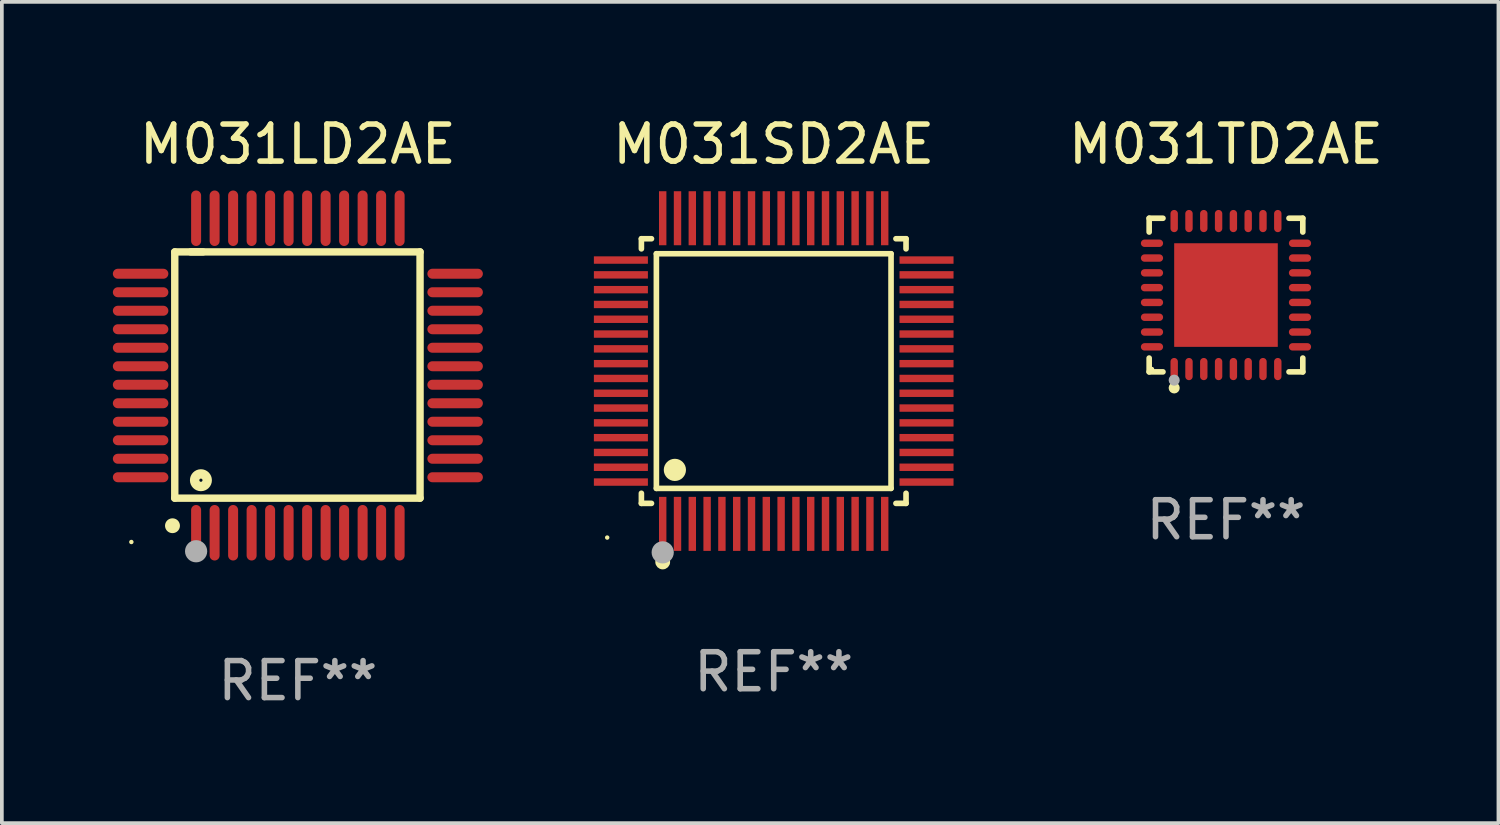
<source format=kicad_pcb>
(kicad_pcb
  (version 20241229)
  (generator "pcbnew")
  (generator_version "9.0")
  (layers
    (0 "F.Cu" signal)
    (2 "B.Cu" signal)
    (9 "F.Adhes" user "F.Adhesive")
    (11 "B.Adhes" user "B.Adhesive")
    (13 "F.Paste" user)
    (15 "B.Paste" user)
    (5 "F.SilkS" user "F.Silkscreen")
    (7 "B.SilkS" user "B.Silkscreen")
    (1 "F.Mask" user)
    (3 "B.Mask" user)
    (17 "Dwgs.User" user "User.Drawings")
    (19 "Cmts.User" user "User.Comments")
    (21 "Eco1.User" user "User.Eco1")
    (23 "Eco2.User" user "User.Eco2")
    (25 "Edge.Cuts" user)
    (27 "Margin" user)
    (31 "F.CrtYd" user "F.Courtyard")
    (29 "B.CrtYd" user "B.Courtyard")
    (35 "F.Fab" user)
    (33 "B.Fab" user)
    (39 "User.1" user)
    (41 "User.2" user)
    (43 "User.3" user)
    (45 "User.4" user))
  (footprint "M031TD2AE"
    (layer "F.Cu")
    (at 30.083 4.924)
    (property "Reference" "M031TD2AE" (at 0 -4.076 0) (layer "F.SilkS") (effects (font (size 1 1) (thickness 0.15))))
    (attr through_hole)
    (fp_line (start -2.076 -2.076) (end -1.703 -2.076) (stroke (width 0.152) (type solid)) (layer "F.SilkS"))
    (fp_line (start -2.076 -1.703) (end -2.076 -2.076) (stroke (width 0.152) (type solid)) (layer "F.SilkS"))
    (fp_line (start -2.076 1.703) (end -2.076 2.076) (stroke (width 0.152) (type solid)) (layer "F.SilkS"))
    (fp_line (start -2.076 2.076) (end -1.703 2.076) (stroke (width 0.152) (type solid)) (layer "F.SilkS"))
    (fp_line (start 2.076 -2.076) (end 1.703 -2.076) (stroke (width 0.152) (type solid)) (layer "F.SilkS"))
    (fp_line (start 2.076 -1.703) (end 2.076 -2.076) (stroke (width 0.152) (type solid)) (layer "F.SilkS"))
    (fp_line (start 2.076 1.703) (end 2.076 2.076) (stroke (width 0.152) (type solid)) (layer "F.SilkS"))
    (fp_line (start 2.076 2.076) (end 1.703 2.076) (stroke (width 0.152) (type solid)) (layer "F.SilkS"))
    (fp_circle (center -2 2) (end -1.97 2) (stroke (width 0.06) (type solid)) (fill no) (layer "F.SilkS"))
    (fp_circle (center -1.4 2.51) (end -1.325 2.51) (stroke (width 0.15) (type solid)) (fill no) (layer "F.SilkS"))
    (fp_circle (center -1.4 2.3) (end -1.325 2.3) (stroke (width 0.15) (type solid)) (fill no) (layer "F.Fab"))
    (fp_text user "REF**" (at 0 6.076 0) (layer "F.Fab") (effects (font (size 1 1) (thickness 0.15))))
    (pad "1" smd oval (at -1.4 2) (size 0.2 0.6) (layers "F.Cu" "F.Mask" "F.Paste"))
    (pad "2" smd oval (at -1 2) (size 0.2 0.6) (layers "F.Cu" "F.Mask" "F.Paste"))
    (pad "3" smd oval (at -0.6 2) (size 0.2 0.6) (layers "F.Cu" "F.Mask" "F.Paste"))
    (pad "4" smd oval (at -0.2 2) (size 0.2 0.6) (layers "F.Cu" "F.Mask" "F.Paste"))
    (pad "5" smd oval (at 0.2 2) (size 0.2 0.6) (layers "F.Cu" "F.Mask" "F.Paste"))
    (pad "6" smd oval (at 0.6 2) (size 0.2 0.6) (layers "F.Cu" "F.Mask" "F.Paste"))
    (pad "7" smd oval (at 1 2) (size 0.2 0.6) (layers "F.Cu" "F.Mask" "F.Paste"))
    (pad "8" smd oval (at 1.4 2) (size 0.2 0.6) (layers "F.Cu" "F.Mask" "F.Paste"))
    (pad "9" smd oval (at 2 1.4) (size 0.6 0.2) (layers "F.Cu" "F.Mask" "F.Paste"))
    (pad "10" smd oval (at 2 1) (size 0.6 0.2) (layers "F.Cu" "F.Mask" "F.Paste"))
    (pad "11" smd oval (at 2 0.6) (size 0.6 0.2) (layers "F.Cu" "F.Mask" "F.Paste"))
    (pad "12" smd oval (at 2 0.2) (size 0.6 0.2) (layers "F.Cu" "F.Mask" "F.Paste"))
    (pad "13" smd oval (at 2 -0.2) (size 0.6 0.2) (layers "F.Cu" "F.Mask" "F.Paste"))
    (pad "14" smd oval (at 2 -0.6) (size 0.6 0.2) (layers "F.Cu" "F.Mask" "F.Paste"))
    (pad "15" smd oval (at 2 -1) (size 0.6 0.2) (layers "F.Cu" "F.Mask" "F.Paste"))
    (pad "16" smd oval (at 2 -1.4) (size 0.6 0.2) (layers "F.Cu" "F.Mask" "F.Paste"))
    (pad "17" smd oval (at 1.4 -2) (size 0.2 0.6) (layers "F.Cu" "F.Mask" "F.Paste"))
    (pad "18" smd oval (at 1 -2) (size 0.2 0.6) (layers "F.Cu" "F.Mask" "F.Paste"))
    (pad "19" smd oval (at 0.6 -2) (size 0.2 0.6) (layers "F.Cu" "F.Mask" "F.Paste"))
    (pad "20" smd oval (at 0.2 -2) (size 0.2 0.6) (layers "F.Cu" "F.Mask" "F.Paste"))
    (pad "21" smd oval (at -0.2 -2) (size 0.2 0.6) (layers "F.Cu" "F.Mask" "F.Paste"))
    (pad "22" smd oval (at -0.6 -2) (size 0.2 0.6) (layers "F.Cu" "F.Mask" "F.Paste"))
    (pad "23" smd oval (at -1 -2) (size 0.2 0.6) (layers "F.Cu" "F.Mask" "F.Paste"))
    (pad "24" smd oval (at -1.4 -2) (size 0.2 0.6) (layers "F.Cu" "F.Mask" "F.Paste"))
    (pad "25" smd oval (at -2 -1.4) (size 0.6 0.2) (layers "F.Cu" "F.Mask" "F.Paste"))
    (pad "26" smd oval (at -2 -1) (size 0.6 0.2) (layers "F.Cu" "F.Mask" "F.Paste"))
    (pad "27" smd oval (at -2 -0.6) (size 0.6 0.2) (layers "F.Cu" "F.Mask" "F.Paste"))
    (pad "28" smd oval (at -2 -0.2) (size 0.6 0.2) (layers "F.Cu" "F.Mask" "F.Paste"))
    (pad "29" smd oval (at -2 0.2) (size 0.6 0.2) (layers "F.Cu" "F.Mask" "F.Paste"))
    (pad "30" smd oval (at -2 0.6) (size 0.6 0.2) (layers "F.Cu" "F.Mask" "F.Paste"))
    (pad "31" smd oval (at -2 1) (size 0.6 0.2) (layers "F.Cu" "F.Mask" "F.Paste"))
    (pad "32" smd oval (at -2 1.4) (size 0.6 0.2) (layers "F.Cu" "F.Mask" "F.Paste"))
    (pad "33" smd rect (at 0 0) (size 2.8 2.8) (layers "F.Cu" "F.Mask" "F.Paste")))
  (footprint "M031LD2AE"
    (layer "F.Cu")
    (at 5 7.098)
    (property "Reference" "M031LD2AE" (at 0 -6.25 0) (layer "F.SilkS") (effects (font (size 1 1) (thickness 0.15))))
    (attr through_hole)
    (fp_line (start -3.327 -3.34) (end -2.565 -3.34) (stroke (width 0.2) (type solid)) (layer "F.SilkS"))
    (fp_line (start -3.327 3.315) (end -3.327 -3.34) (stroke (width 0.2) (type solid)) (layer "F.SilkS"))
    (fp_line (start -2.896 -3.34) (end 3.302 -3.34) (stroke (width 0.2) (type solid)) (layer "F.SilkS"))
    (fp_line (start 3.302 -3.34) (end 3.302 3.315) (stroke (width 0.2) (type solid)) (layer "F.SilkS"))
    (fp_line (start 3.302 3.315) (end -3.327 3.315) (stroke (width 0.2) (type solid)) (layer "F.SilkS"))
    (fp_arc (start -3.389992 4.059995) (mid -3.388722 4.059991) (end -3.387452 4.059995) (stroke (width 0.4) (type solid)) (layer "F.SilkS"))
    (fp_circle (center -4.5 4.5) (end -4.47 4.5) (stroke (width 0.06) (type solid)) (fill no) (layer "F.SilkS"))
    (fp_circle (center -2.62 2.83) (end -2.45 2.83) (stroke (width 0.254) (type solid)) (fill no) (layer "F.SilkS"))
    (fp_circle (center -2.75 4.75) (end -2.6 4.75) (stroke (width 0.3) (type solid)) (fill no) (layer "F.Fab"))
    (fp_text user "REF**" (at 0 8.25 0) (layer "F.Fab") (effects (font (size 1 1) (thickness 0.15))))
    (pad "1" smd oval (at -2.75 4.25) (size 0.27 1.5) (layers "F.Cu" "F.Mask" "F.Paste"))
    (pad "2" smd oval (at -2.25 4.25) (size 0.27 1.5) (layers "F.Cu" "F.Mask" "F.Paste"))
    (pad "3" smd oval (at -1.75 4.25) (size 0.27 1.5) (layers "F.Cu" "F.Mask" "F.Paste"))
    (pad "4" smd oval (at -1.25 4.25) (size 0.27 1.5) (layers "F.Cu" "F.Mask" "F.Paste"))
    (pad "5" smd oval (at -0.75 4.25) (size 0.27 1.5) (layers "F.Cu" "F.Mask" "F.Paste"))
    (pad "6" smd oval (at -0.25 4.25) (size 0.27 1.5) (layers "F.Cu" "F.Mask" "F.Paste"))
    (pad "7" smd oval (at 0.25 4.25) (size 0.27 1.5) (layers "F.Cu" "F.Mask" "F.Paste"))
    (pad "8" smd oval (at 0.75 4.25) (size 0.27 1.5) (layers "F.Cu" "F.Mask" "F.Paste"))
    (pad "9" smd oval (at 1.25 4.25) (size 0.27 1.5) (layers "F.Cu" "F.Mask" "F.Paste"))
    (pad "10" smd oval (at 1.75 4.25) (size 0.27 1.5) (layers "F.Cu" "F.Mask" "F.Paste"))
    (pad "11" smd oval (at 2.25 4.25) (size 0.27 1.5) (layers "F.Cu" "F.Mask" "F.Paste"))
    (pad "12" smd oval (at 2.75 4.25) (size 0.27 1.5) (layers "F.Cu" "F.Mask" "F.Paste"))
    (pad "13" smd oval (at 4.25 2.75) (size 1.5 0.27) (layers "F.Cu" "F.Mask" "F.Paste"))
    (pad "14" smd oval (at 4.25 2.25) (size 1.5 0.27) (layers "F.Cu" "F.Mask" "F.Paste"))
    (pad "15" smd oval (at 4.25 1.75) (size 1.5 0.27) (layers "F.Cu" "F.Mask" "F.Paste"))
    (pad "16" smd oval (at 4.25 1.25) (size 1.5 0.27) (layers "F.Cu" "F.Mask" "F.Paste"))
    (pad "17" smd oval (at 4.25 0.75) (size 1.5 0.27) (layers "F.Cu" "F.Mask" "F.Paste"))
    (pad "18" smd oval (at 4.25 0.25) (size 1.5 0.27) (layers "F.Cu" "F.Mask" "F.Paste"))
    (pad "19" smd oval (at 4.25 -0.25) (size 1.5 0.27) (layers "F.Cu" "F.Mask" "F.Paste"))
    (pad "20" smd oval (at 4.25 -0.75) (size 1.5 0.27) (layers "F.Cu" "F.Mask" "F.Paste"))
    (pad "21" smd oval (at 4.25 -1.25) (size 1.5 0.27) (layers "F.Cu" "F.Mask" "F.Paste"))
    (pad "22" smd oval (at 4.25 -1.75) (size 1.5 0.27) (layers "F.Cu" "F.Mask" "F.Paste"))
    (pad "23" smd oval (at 4.25 -2.25) (size 1.5 0.27) (layers "F.Cu" "F.Mask" "F.Paste"))
    (pad "24" smd oval (at 4.25 -2.75) (size 1.5 0.27) (layers "F.Cu" "F.Mask" "F.Paste"))
    (pad "25" smd oval (at 2.75 -4.25) (size 0.27 1.5) (layers "F.Cu" "F.Mask" "F.Paste"))
    (pad "26" smd oval (at 2.25 -4.25) (size 0.27 1.5) (layers "F.Cu" "F.Mask" "F.Paste"))
    (pad "27" smd oval (at 1.75 -4.25) (size 0.27 1.5) (layers "F.Cu" "F.Mask" "F.Paste"))
    (pad "28" smd oval (at 1.25 -4.25) (size 0.27 1.5) (layers "F.Cu" "F.Mask" "F.Paste"))
    (pad "29" smd oval (at 0.75 -4.25) (size 0.27 1.5) (layers "F.Cu" "F.Mask" "F.Paste"))
    (pad "30" smd oval (at 0.25 -4.25) (size 0.27 1.5) (layers "F.Cu" "F.Mask" "F.Paste"))
    (pad "31" smd oval (at -0.25 -4.25) (size 0.27 1.5) (layers "F.Cu" "F.Mask" "F.Paste"))
    (pad "32" smd oval (at -0.75 -4.25) (size 0.27 1.5) (layers "F.Cu" "F.Mask" "F.Paste"))
    (pad "33" smd oval (at -1.25 -4.25) (size 0.27 1.5) (layers "F.Cu" "F.Mask" "F.Paste"))
    (pad "34" smd oval (at -1.75 -4.25) (size 0.27 1.5) (layers "F.Cu" "F.Mask" "F.Paste"))
    (pad "35" smd oval (at -2.25 -4.25) (size 0.27 1.5) (layers "F.Cu" "F.Mask" "F.Paste"))
    (pad "36" smd oval (at -2.75 -4.25) (size 0.27 1.5) (layers "F.Cu" "F.Mask" "F.Paste"))
    (pad "37" smd oval (at -4.25 -2.75) (size 1.5 0.27) (layers "F.Cu" "F.Mask" "F.Paste"))
    (pad "38" smd oval (at -4.25 -2.25) (size 1.5 0.27) (layers "F.Cu" "F.Mask" "F.Paste"))
    (pad "39" smd oval (at -4.25 -1.75) (size 1.5 0.27) (layers "F.Cu" "F.Mask" "F.Paste"))
    (pad "40" smd oval (at -4.25 -1.25) (size 1.5 0.27) (layers "F.Cu" "F.Mask" "F.Paste"))
    (pad "41" smd oval (at -4.25 -0.75) (size 1.5 0.27) (layers "F.Cu" "F.Mask" "F.Paste"))
    (pad "42" smd oval (at -4.25 -0.25) (size 1.5 0.27) (layers "F.Cu" "F.Mask" "F.Paste"))
    (pad "43" smd oval (at -4.25 0.25) (size 1.5 0.27) (layers "F.Cu" "F.Mask" "F.Paste"))
    (pad "44" smd oval (at -4.25 0.75) (size 1.5 0.27) (layers "F.Cu" "F.Mask" "F.Paste"))
    (pad "45" smd oval (at -4.25 1.25) (size 1.5 0.27) (layers "F.Cu" "F.Mask" "F.Paste"))
    (pad "46" smd oval (at -4.25 1.75) (size 1.5 0.27) (layers "F.Cu" "F.Mask" "F.Paste"))
    (pad "47" smd oval (at -4.25 2.25) (size 1.5 0.27) (layers "F.Cu" "F.Mask" "F.Paste"))
    (pad "48" smd oval (at -4.25 2.75) (size 1.5 0.27) (layers "F.Cu" "F.Mask" "F.Paste")))
  (footprint "M031SD2AE"
    (layer "F.Cu")
    (at 17.86 6.978)
    (property "Reference" "M031SD2AE" (at 0 -6.13 0) (layer "F.SilkS") (effects (font (size 1 1) (thickness 0.15))))
    (attr through_hole)
    (fp_line (start -3.576 -3.576) (end -3.303 -3.576) (stroke (width 0.152) (type solid)) (layer "F.SilkS"))
    (fp_line (start -3.576 -3.303) (end -3.576 -3.576) (stroke (width 0.152) (type solid)) (layer "F.SilkS"))
    (fp_line (start -3.576 3.303) (end -3.576 3.576) (stroke (width 0.152) (type solid)) (layer "F.SilkS"))
    (fp_line (start -3.576 3.576) (end -3.303 3.576) (stroke (width 0.152) (type solid)) (layer "F.SilkS"))
    (fp_line (start -3.171 -3.171) (end 3.171 -3.171) (stroke (width 0.152) (type solid)) (layer "F.SilkS"))
    (fp_line (start -3.171 3.171) (end -3.171 -3.171) (stroke (width 0.152) (type solid)) (layer "F.SilkS"))
    (fp_line (start 3.171 -3.171) (end 3.171 3.171) (stroke (width 0.152) (type solid)) (layer "F.SilkS"))
    (fp_line (start 3.171 3.171) (end -3.171 3.171) (stroke (width 0.152) (type solid)) (layer "F.SilkS"))
    (fp_line (start 3.576 -3.576) (end 3.303 -3.576) (stroke (width 0.152) (type solid)) (layer "F.SilkS"))
    (fp_line (start 3.576 -3.303) (end 3.576 -3.576) (stroke (width 0.152) (type solid)) (layer "F.SilkS"))
    (fp_line (start 3.576 3.303) (end 3.576 3.576) (stroke (width 0.152) (type solid)) (layer "F.SilkS"))
    (fp_line (start 3.576 3.576) (end 3.303 3.576) (stroke (width 0.152) (type solid)) (layer "F.SilkS"))
    (fp_circle (center -4.5 4.5) (end -4.47 4.5) (stroke (width 0.06) (type solid)) (fill no) (layer "F.SilkS"))
    (fp_circle (center -3 5.16) (end -2.9 5.16) (stroke (width 0.2) (type solid)) (fill no) (layer "F.SilkS"))
    (fp_circle (center -2.671 2.671) (end -2.521 2.671) (stroke (width 0.3) (type solid)) (fill no) (layer "F.SilkS"))
    (fp_circle (center -3 4.9) (end -2.85 4.9) (stroke (width 0.3) (type solid)) (fill no) (layer "F.Fab"))
    (fp_text user "REF**" (at 0 8.13 0) (layer "F.Fab") (effects (font (size 1 1) (thickness 0.15))))
    (pad "1" smd rect (at -3 4.13) (size 0.2 1.46) (layers "F.Cu" "F.Mask" "F.Paste"))
    (pad "2" smd rect (at -2.6 4.13) (size 0.2 1.46) (layers "F.Cu" "F.Mask" "F.Paste"))
    (pad "3" smd rect (at -2.2 4.13) (size 0.2 1.46) (layers "F.Cu" "F.Mask" "F.Paste"))
    (pad "4" smd rect (at -1.8 4.13) (size 0.2 1.46) (layers "F.Cu" "F.Mask" "F.Paste"))
    (pad "5" smd rect (at -1.4 4.13) (size 0.2 1.46) (layers "F.Cu" "F.Mask" "F.Paste"))
    (pad "6" smd rect (at -1 4.13) (size 0.2 1.46) (layers "F.Cu" "F.Mask" "F.Paste"))
    (pad "7" smd rect (at -0.6 4.13) (size 0.2 1.46) (layers "F.Cu" "F.Mask" "F.Paste"))
    (pad "8" smd rect (at -0.2 4.13) (size 0.2 1.46) (layers "F.Cu" "F.Mask" "F.Paste"))
    (pad "9" smd rect (at 0.2 4.13) (size 0.2 1.46) (layers "F.Cu" "F.Mask" "F.Paste"))
    (pad "10" smd rect (at 0.6 4.13) (size 0.2 1.46) (layers "F.Cu" "F.Mask" "F.Paste"))
    (pad "11" smd rect (at 1 4.13) (size 0.2 1.46) (layers "F.Cu" "F.Mask" "F.Paste"))
    (pad "12" smd rect (at 1.4 4.13) (size 0.2 1.46) (layers "F.Cu" "F.Mask" "F.Paste"))
    (pad "13" smd rect (at 1.8 4.13) (size 0.2 1.46) (layers "F.Cu" "F.Mask" "F.Paste"))
    (pad "14" smd rect (at 2.2 4.13) (size 0.2 1.46) (layers "F.Cu" "F.Mask" "F.Paste"))
    (pad "15" smd rect (at 2.6 4.13) (size 0.2 1.46) (layers "F.Cu" "F.Mask" "F.Paste"))
    (pad "16" smd rect (at 3 4.13) (size 0.2 1.46) (layers "F.Cu" "F.Mask" "F.Paste"))
    (pad "17" smd rect (at 4.13 3) (size 1.46 0.2) (layers "F.Cu" "F.Mask" "F.Paste"))
    (pad "18" smd rect (at 4.13 2.6) (size 1.46 0.2) (layers "F.Cu" "F.Mask" "F.Paste"))
    (pad "19" smd rect (at 4.13 2.2) (size 1.46 0.2) (layers "F.Cu" "F.Mask" "F.Paste"))
    (pad "20" smd rect (at 4.13 1.8) (size 1.46 0.2) (layers "F.Cu" "F.Mask" "F.Paste"))
    (pad "21" smd rect (at 4.13 1.4) (size 1.46 0.2) (layers "F.Cu" "F.Mask" "F.Paste"))
    (pad "22" smd rect (at 4.13 1) (size 1.46 0.2) (layers "F.Cu" "F.Mask" "F.Paste"))
    (pad "23" smd rect (at 4.13 0.6) (size 1.46 0.2) (layers "F.Cu" "F.Mask" "F.Paste"))
    (pad "24" smd rect (at 4.13 0.2) (size 1.46 0.2) (layers "F.Cu" "F.Mask" "F.Paste"))
    (pad "25" smd rect (at 4.13 -0.2) (size 1.46 0.2) (layers "F.Cu" "F.Mask" "F.Paste"))
    (pad "26" smd rect (at 4.13 -0.6) (size 1.46 0.2) (layers "F.Cu" "F.Mask" "F.Paste"))
    (pad "27" smd rect (at 4.13 -1) (size 1.46 0.2) (layers "F.Cu" "F.Mask" "F.Paste"))
    (pad "28" smd rect (at 4.13 -1.4) (size 1.46 0.2) (layers "F.Cu" "F.Mask" "F.Paste"))
    (pad "29" smd rect (at 4.13 -1.8) (size 1.46 0.2) (layers "F.Cu" "F.Mask" "F.Paste"))
    (pad "30" smd rect (at 4.13 -2.2) (size 1.46 0.2) (layers "F.Cu" "F.Mask" "F.Paste"))
    (pad "31" smd rect (at 4.13 -2.6) (size 1.46 0.2) (layers "F.Cu" "F.Mask" "F.Paste"))
    (pad "32" smd rect (at 4.13 -3) (size 1.46 0.2) (layers "F.Cu" "F.Mask" "F.Paste"))
    (pad "33" smd rect (at 3 -4.13) (size 0.2 1.46) (layers "F.Cu" "F.Mask" "F.Paste"))
    (pad "34" smd rect (at 2.6 -4.13) (size 0.2 1.46) (layers "F.Cu" "F.Mask" "F.Paste"))
    (pad "35" smd rect (at 2.2 -4.13) (size 0.2 1.46) (layers "F.Cu" "F.Mask" "F.Paste"))
    (pad "36" smd rect (at 1.8 -4.13) (size 0.2 1.46) (layers "F.Cu" "F.Mask" "F.Paste"))
    (pad "37" smd rect (at 1.4 -4.13) (size 0.2 1.46) (layers "F.Cu" "F.Mask" "F.Paste"))
    (pad "38" smd rect (at 1 -4.13) (size 0.2 1.46) (layers "F.Cu" "F.Mask" "F.Paste"))
    (pad "39" smd rect (at 0.6 -4.13) (size 0.2 1.46) (layers "F.Cu" "F.Mask" "F.Paste"))
    (pad "40" smd rect (at 0.2 -4.13) (size 0.2 1.46) (layers "F.Cu" "F.Mask" "F.Paste"))
    (pad "41" smd rect (at -0.2 -4.13) (size 0.2 1.46) (layers "F.Cu" "F.Mask" "F.Paste"))
    (pad "42" smd rect (at -0.6 -4.13) (size 0.2 1.46) (layers "F.Cu" "F.Mask" "F.Paste"))
    (pad "43" smd rect (at -1 -4.13) (size 0.2 1.46) (layers "F.Cu" "F.Mask" "F.Paste"))
    (pad "44" smd rect (at -1.4 -4.13) (size 0.2 1.46) (layers "F.Cu" "F.Mask" "F.Paste"))
    (pad "45" smd rect (at -1.8 -4.13) (size 0.2 1.46) (layers "F.Cu" "F.Mask" "F.Paste"))
    (pad "46" smd rect (at -2.2 -4.13) (size 0.2 1.46) (layers "F.Cu" "F.Mask" "F.Paste"))
    (pad "47" smd rect (at -2.6 -4.13) (size 0.2 1.46) (layers "F.Cu" "F.Mask" "F.Paste"))
    (pad "48" smd rect (at -3 -4.13) (size 0.2 1.46) (layers "F.Cu" "F.Mask" "F.Paste"))
    (pad "49" smd rect (at -4.13 -3) (size 1.46 0.2) (layers "F.Cu" "F.Mask" "F.Paste"))
    (pad "50" smd rect (at -4.13 -2.6) (size 1.46 0.2) (layers "F.Cu" "F.Mask" "F.Paste"))
    (pad "51" smd rect (at -4.13 -2.2) (size 1.46 0.2) (layers "F.Cu" "F.Mask" "F.Paste"))
    (pad "52" smd rect (at -4.13 -1.8) (size 1.46 0.2) (layers "F.Cu" "F.Mask" "F.Paste"))
    (pad "53" smd rect (at -4.13 -1.4) (size 1.46 0.2) (layers "F.Cu" "F.Mask" "F.Paste"))
    (pad "54" smd rect (at -4.13 -1) (size 1.46 0.2) (layers "F.Cu" "F.Mask" "F.Paste"))
    (pad "55" smd rect (at -4.13 -0.6) (size 1.46 0.2) (layers "F.Cu" "F.Mask" "F.Paste"))
    (pad "56" smd rect (at -4.13 -0.2) (size 1.46 0.2) (layers "F.Cu" "F.Mask" "F.Paste"))
    (pad "57" smd rect (at -4.13 0.2) (size 1.46 0.2) (layers "F.Cu" "F.Mask" "F.Paste"))
    (pad "58" smd rect (at -4.13 0.6) (size 1.46 0.2) (layers "F.Cu" "F.Mask" "F.Paste"))
    (pad "59" smd rect (at -4.13 1) (size 1.46 0.2) (layers "F.Cu" "F.Mask" "F.Paste"))
    (pad "60" smd rect (at -4.13 1.4) (size 1.46 0.2) (layers "F.Cu" "F.Mask" "F.Paste"))
    (pad "61" smd rect (at -4.13 1.8) (size 1.46 0.2) (layers "F.Cu" "F.Mask" "F.Paste"))
    (pad "62" smd rect (at -4.13 2.2) (size 1.46 0.2) (layers "F.Cu" "F.Mask" "F.Paste"))
    (pad "63" smd rect (at -4.13 2.6) (size 1.46 0.2) (layers "F.Cu" "F.Mask" "F.Paste"))
    (pad "64" smd rect (at -4.13 3) (size 1.46 0.2) (layers "F.Cu" "F.Mask" "F.Paste")))
  (gr_rect
    (start -3 -3)
    (end 37.446 19.196)
    (stroke (width 0.1) (type default))
    (fill no)
    (layer "Edge.Cuts")))
</source>
